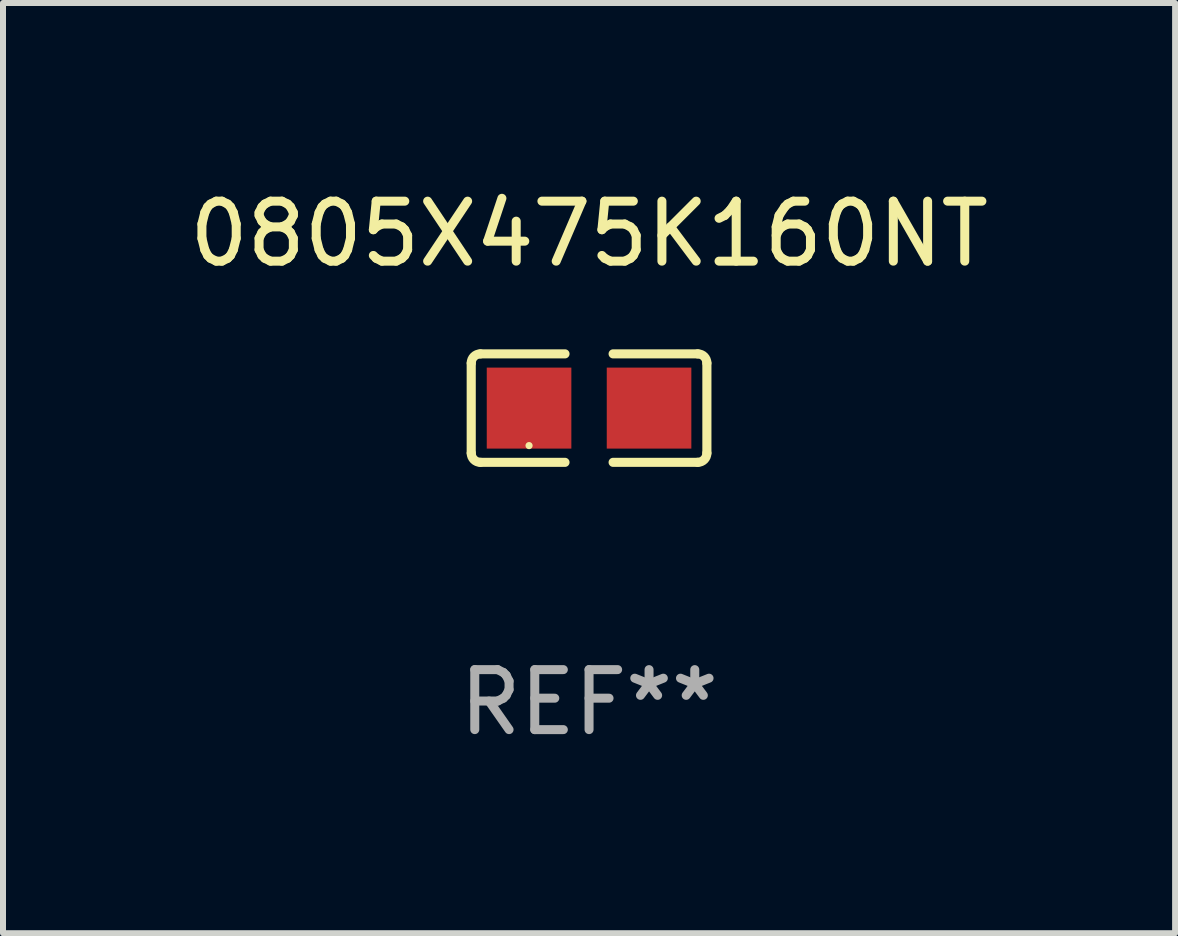
<source format=kicad_pcb>
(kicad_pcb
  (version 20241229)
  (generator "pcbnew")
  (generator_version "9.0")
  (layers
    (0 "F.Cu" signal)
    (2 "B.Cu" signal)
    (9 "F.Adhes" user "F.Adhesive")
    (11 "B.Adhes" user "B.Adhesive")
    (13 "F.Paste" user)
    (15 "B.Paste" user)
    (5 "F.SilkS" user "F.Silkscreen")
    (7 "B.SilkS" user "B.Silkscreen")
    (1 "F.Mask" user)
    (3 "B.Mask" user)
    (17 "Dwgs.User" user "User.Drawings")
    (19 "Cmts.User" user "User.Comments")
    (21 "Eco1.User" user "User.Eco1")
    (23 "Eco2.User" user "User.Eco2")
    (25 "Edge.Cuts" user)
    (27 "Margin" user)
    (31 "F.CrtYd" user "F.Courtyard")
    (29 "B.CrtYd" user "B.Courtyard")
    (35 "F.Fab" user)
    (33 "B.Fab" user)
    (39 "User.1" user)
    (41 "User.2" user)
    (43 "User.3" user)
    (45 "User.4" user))
  (footprint "0805X475K160NT"
    (layer "F.Cu")
    (at 6.768 3.752)
    (property "Reference" "0805X475K160NT" (at 0 -2.904 0) (layer "F.SilkS") (effects (font (size 1 1) (thickness 0.15))))
    (attr through_hole)
    (fp_line (start -1.964 0.751) (end -1.964 -0.751) (stroke (width 0.152) (type solid)) (layer "F.SilkS"))
    (fp_line (start -1.811 -0.904) (end -0.401 -0.904) (stroke (width 0.152) (type solid)) (layer "F.SilkS"))
    (fp_line (start -0.401 0.904) (end -1.811 0.904) (stroke (width 0.152) (type solid)) (layer "F.SilkS"))
    (fp_line (start 0.401 0.904) (end 1.811 0.904) (stroke (width 0.152) (type solid)) (layer "F.SilkS"))
    (fp_line (start 1.811 -0.904) (end 0.401 -0.904) (stroke (width 0.152) (type solid)) (layer "F.SilkS"))
    (fp_line (start 1.964 0.751) (end 1.964 -0.751) (stroke (width 0.152) (type solid)) (layer "F.SilkS"))
    (fp_arc (start -1.963602 -0.751207) (mid -1.918965 -0.858971) (end -1.811201 -0.903608) (stroke (width 0.1524) (type solid)) (layer "F.SilkS"))
    (fp_arc (start -1.811201 0.903607) (mid -1.918964 0.85897) (end -1.963601 0.751207) (stroke (width 0.1524) (type solid)) (layer "F.SilkS"))
    (fp_arc (start 1.811201 -0.903607) (mid 1.918964 -0.85897) (end 1.963601 -0.751207) (stroke (width 0.1524) (type solid)) (layer "F.SilkS"))
    (fp_arc (start 1.963602 0.751207) (mid 1.918965 0.858971) (end 1.811201 0.903608) (stroke (width 0.1524) (type solid)) (layer "F.SilkS"))
    (fp_circle (center -1 0.625) (end -0.97 0.625) (stroke (width 0.06) (type solid)) (fill no) (layer "F.SilkS"))
    (fp_text user "REF**" (at 0 4.904 0) (layer "F.Fab") (effects (font (size 1 1) (thickness 0.15))))
    (pad "1" smd rect (at -1 0) (size 1.41 1.35) (layers "F.Cu" "F.Mask" "F.Paste"))
    (pad "2" smd rect (at 1 0) (size 1.41 1.35) (layers "F.Cu" "F.Mask" "F.Paste")))
  (gr_rect
    (start -3 -3)
    (end 16.536 12.504)
    (stroke (width 0.1) (type default))
    (fill no)
    (layer "Edge.Cuts")))
</source>
